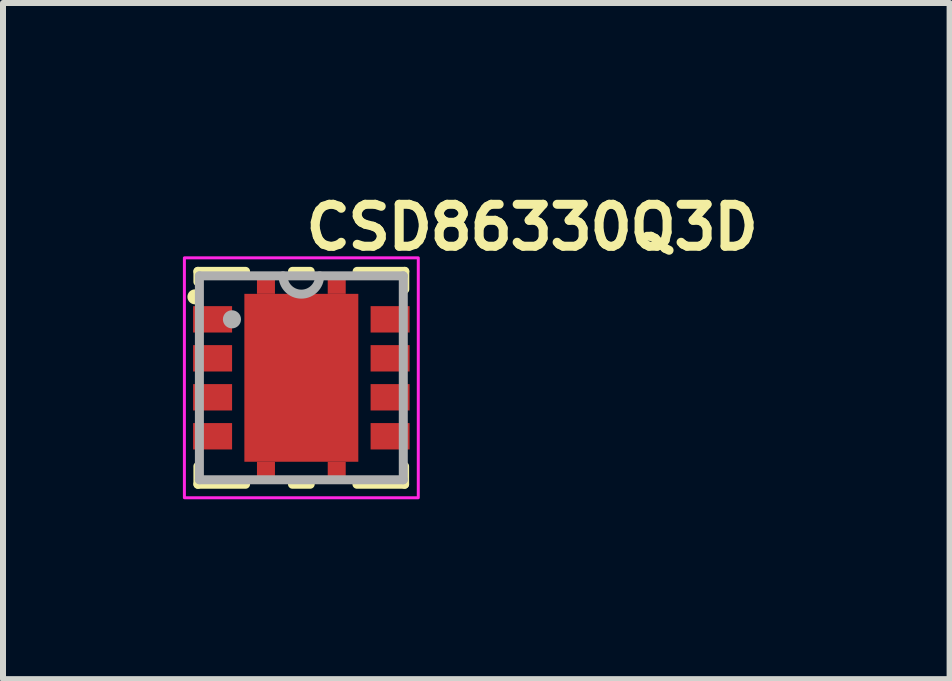
<source format=kicad_pcb>
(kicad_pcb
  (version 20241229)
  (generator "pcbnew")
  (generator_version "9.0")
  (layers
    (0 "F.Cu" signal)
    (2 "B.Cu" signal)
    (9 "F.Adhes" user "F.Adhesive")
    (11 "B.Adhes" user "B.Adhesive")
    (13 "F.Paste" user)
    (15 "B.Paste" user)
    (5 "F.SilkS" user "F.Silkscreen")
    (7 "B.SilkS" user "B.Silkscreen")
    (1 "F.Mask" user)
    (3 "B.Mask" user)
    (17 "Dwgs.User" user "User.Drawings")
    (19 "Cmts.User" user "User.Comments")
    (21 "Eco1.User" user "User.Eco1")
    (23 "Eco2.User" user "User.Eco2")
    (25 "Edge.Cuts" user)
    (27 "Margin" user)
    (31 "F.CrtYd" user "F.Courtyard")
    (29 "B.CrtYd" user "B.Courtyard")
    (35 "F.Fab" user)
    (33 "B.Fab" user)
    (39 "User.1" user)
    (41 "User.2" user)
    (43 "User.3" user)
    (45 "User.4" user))
  (footprint "CSD86330Q3D"
    (layer "F.Cu")
    (at 1.975 3.25)
    (property "Reference" "CSD86330Q3D" (at 0 -2.1 0) (layer "F.SilkS") (effects (font (size 0.7 0.7) (thickness 0.15)) (justify left bottom)))
    (attr smd)
    (fp_line (start -1.725 -1.775) (end -1.725 -1.6) (stroke (width 0.15) (type solid)) (layer "F.SilkS"))
    (fp_line (start -1.725 1.475) (end -1.725 1.775) (stroke (width 0.15) (type solid)) (layer "F.SilkS"))
    (fp_line (start -1.725 1.775) (end -0.93 1.775) (stroke (width 0.15) (type solid)) (layer "F.SilkS"))
    (fp_line (start -0.93 -1.775) (end -1.725 -1.775) (stroke (width 0.15) (type solid)) (layer "F.SilkS"))
    (fp_line (start -0.148 1.775) (end 0.148 1.775) (stroke (width 0.15) (type solid)) (layer "F.SilkS"))
    (fp_line (start 0.148 -1.775) (end -0.148 -1.775) (stroke (width 0.15) (type solid)) (layer "F.SilkS"))
    (fp_line (start 0.927 1.775) (end 1.722 1.775) (stroke (width 0.15) (type solid)) (layer "F.SilkS"))
    (fp_line (start 1.722 1.775) (end 1.722 1.475) (stroke (width 0.15) (type solid)) (layer "F.SilkS"))
    (fp_line (start 1.725 -1.775) (end 0.93 -1.775) (stroke (width 0.15) (type solid)) (layer "F.SilkS"))
    (fp_line (start 1.725 -1.475) (end 1.725 -1.775) (stroke (width 0.15) (type solid)) (layer "F.SilkS"))
    (fp_circle (center -1.775 -1.35) (end -1.725 -1.35) (stroke (width 0.15) (type solid)) (fill yes) (layer "F.SilkS"))
    (fp_rect (start -0.8 -1.25) (end -0.15 -0.6) (stroke (width 0.12) (type solid)) (fill yes) (layer "F.Paste"))
    (fp_rect (start -0.8 -0.3) (end -0.15 0.3) (stroke (width 0.12) (type solid)) (fill yes) (layer "F.Paste"))
    (fp_rect (start -0.8 0.6) (end -0.15 1.25) (stroke (width 0.12) (type solid)) (fill yes) (layer "F.Paste"))
    (fp_rect (start 0.15 -1.25) (end 0.8 -0.6) (stroke (width 0.12) (type solid)) (fill yes) (layer "F.Paste"))
    (fp_rect (start 0.15 -0.3) (end 0.8 0.3) (stroke (width 0.12) (type solid)) (fill yes) (layer "F.Paste"))
    (fp_rect (start 0.15 0.6) (end 0.8 1.25) (stroke (width 0.12) (type solid)) (fill yes) (layer "F.Paste"))
    (fp_rect (start -1.95 -2) (end 1.95 2) (stroke (width 0.05) (type solid)) (fill no) (layer "F.CrtYd"))
    (fp_line (start -1.7 -1.7) (end -1.7 1.7) (stroke (width 0.15) (type solid)) (layer "F.Fab"))
    (fp_line (start -1.7 1.7) (end 1.7 1.7) (stroke (width 0.15) (type solid)) (layer "F.Fab"))
    (fp_line (start 1.7 -1.7) (end -1.7 -1.7) (stroke (width 0.15) (type solid)) (layer "F.Fab"))
    (fp_line (start 1.7 1.7) (end 1.7 -1.7) (stroke (width 0.15) (type solid)) (layer "F.Fab"))
    (fp_arc (start 0.305 -1.7) (mid 0 -1.395) (end -0.305 -1.7) (stroke (width 0.15) (type solid)) (layer "F.Fab"))
    (fp_circle (center -1.157 -0.975) (end -1.081 -0.975) (stroke (width 0.15) (type solid)) (fill no) (layer "F.Fab"))
    (fp_rect (start -1.7 -1.725) (end 1.7 1.725) (stroke (width 0.1) (type solid)) (fill no) (layer "User.5"))
    (fp_line (start -1.7 -0.755) (end -1.7 -1.195) (stroke (width 0.02) (type solid)) (layer "User.9"))
    (fp_line (start -1.7 -0.755) (end -1.649 -0.755) (stroke (width 0.02) (type solid)) (layer "User.9"))
    (fp_line (start -1.7 -0.105) (end -1.7 -0.545) (stroke (width 0.02) (type solid)) (layer "User.9"))
    (fp_line (start -1.7 -0.105) (end -1.649 -0.105) (stroke (width 0.02) (type solid)) (layer "User.9"))
    (fp_line (start -1.7 0.545) (end -1.7 0.105) (stroke (width 0.02) (type solid)) (layer "User.9"))
    (fp_line (start -1.7 0.545) (end -1.649 0.545) (stroke (width 0.02) (type solid)) (layer "User.9"))
    (fp_line (start -1.7 1.195) (end -1.7 0.755) (stroke (width 0.02) (type solid)) (layer "User.9"))
    (fp_line (start -1.7 1.195) (end -1.649 1.195) (stroke (width 0.02) (type solid)) (layer "User.9"))
    (fp_line (start -1.649 -1.7) (end -1.649 1.7) (stroke (width 0.02) (type solid)) (layer "User.9"))
    (fp_line (start -1.649 -1.195) (end -1.7 -1.195) (stroke (width 0.02) (type solid)) (layer "User.9"))
    (fp_line (start -1.649 -0.545) (end -1.7 -0.545) (stroke (width 0.02) (type solid)) (layer "User.9"))
    (fp_line (start -1.649 0.105) (end -1.7 0.105) (stroke (width 0.02) (type solid)) (layer "User.9"))
    (fp_line (start -1.649 0.755) (end -1.7 0.755) (stroke (width 0.02) (type solid)) (layer "User.9"))
    (fp_line (start -1.649 1.7) (end 1.649 1.7) (stroke (width 0.02) (type solid)) (layer "User.9"))
    (fp_line (start -0.715 -1.725) (end -0.715 -1.7) (stroke (width 0.02) (type solid)) (layer "User.9"))
    (fp_line (start -0.715 1.7) (end -0.715 1.725) (stroke (width 0.02) (type solid)) (layer "User.9"))
    (fp_line (start -0.715 1.725) (end -0.465 1.725) (stroke (width 0.02) (type solid)) (layer "User.9"))
    (fp_line (start -0.465 -1.725) (end -0.715 -1.725) (stroke (width 0.02) (type solid)) (layer "User.9"))
    (fp_line (start -0.465 -1.7) (end -0.465 -1.725) (stroke (width 0.02) (type solid)) (layer "User.9"))
    (fp_line (start -0.465 1.725) (end -0.465 1.7) (stroke (width 0.02) (type solid)) (layer "User.9"))
    (fp_line (start 0.465 -1.725) (end 0.465 -1.7) (stroke (width 0.02) (type solid)) (layer "User.9"))
    (fp_line (start 0.465 1.7) (end 0.465 1.725) (stroke (width 0.02) (type solid)) (layer "User.9"))
    (fp_line (start 0.465 1.725) (end 0.715 1.725) (stroke (width 0.02) (type solid)) (layer "User.9"))
    (fp_line (start 0.715 -1.725) (end 0.465 -1.725) (stroke (width 0.02) (type solid)) (layer "User.9"))
    (fp_line (start 0.715 -1.7) (end 0.715 -1.725) (stroke (width 0.02) (type solid)) (layer "User.9"))
    (fp_line (start 0.715 1.725) (end 0.715 1.7) (stroke (width 0.02) (type solid)) (layer "User.9"))
    (fp_line (start 1.649 -1.7) (end -1.649 -1.7) (stroke (width 0.02) (type solid)) (layer "User.9"))
    (fp_line (start 1.649 -0.755) (end 1.7 -0.755) (stroke (width 0.02) (type solid)) (layer "User.9"))
    (fp_line (start 1.649 -0.105) (end 1.7 -0.105) (stroke (width 0.02) (type solid)) (layer "User.9"))
    (fp_line (start 1.649 0.545) (end 1.7 0.545) (stroke (width 0.02) (type solid)) (layer "User.9"))
    (fp_line (start 1.649 1.195) (end 1.7 1.195) (stroke (width 0.02) (type solid)) (layer "User.9"))
    (fp_line (start 1.649 1.7) (end 1.649 -1.7) (stroke (width 0.02) (type solid)) (layer "User.9"))
    (fp_line (start 1.7 -1.195) (end 1.649 -1.195) (stroke (width 0.02) (type solid)) (layer "User.9"))
    (fp_line (start 1.7 -1.195) (end 1.7 -0.755) (stroke (width 0.02) (type solid)) (layer "User.9"))
    (fp_line (start 1.7 -0.545) (end 1.649 -0.545) (stroke (width 0.02) (type solid)) (layer "User.9"))
    (fp_line (start 1.7 -0.545) (end 1.7 -0.105) (stroke (width 0.02) (type solid)) (layer "User.9"))
    (fp_line (start 1.7 0.105) (end 1.649 0.105) (stroke (width 0.02) (type solid)) (layer "User.9"))
    (fp_line (start 1.7 0.105) (end 1.7 0.545) (stroke (width 0.02) (type solid)) (layer "User.9"))
    (fp_line (start 1.7 0.755) (end 1.649 0.755) (stroke (width 0.02) (type solid)) (layer "User.9"))
    (fp_line (start 1.7 0.755) (end 1.7 1.195) (stroke (width 0.02) (type solid)) (layer "User.9"))
    (fp_circle (center -1.319 -0.973) (end -1.304 -1.056) (stroke (width 0.02) (type default)) (fill no) (layer "User.9"))
    (pad "1" smd rect (at -1.48 -0.975) (size 0.65 0.44) (layers "F.Cu" "F.Mask" "F.Paste"))
    (pad "2" smd rect (at -1.48 -0.325) (size 0.65 0.44) (layers "F.Cu" "F.Mask" "F.Paste"))
    (pad "3" smd rect (at -1.48 0.325) (size 0.65 0.44) (layers "F.Cu" "F.Mask" "F.Paste"))
    (pad "4" smd rect (at -1.48 0.975) (size 0.65 0.44) (layers "F.Cu" "F.Mask" "F.Paste"))
    (pad "5" smd rect (at 1.48 0.975) (size 0.65 0.44) (layers "F.Cu" "F.Mask" "F.Paste"))
    (pad "6" smd rect (at 1.48 0.325) (size 0.65 0.44) (layers "F.Cu" "F.Mask" "F.Paste"))
    (pad "7" smd rect (at 1.48 -0.325) (size 0.65 0.44) (layers "F.Cu" "F.Mask" "F.Paste"))
    (pad "8" smd rect (at 1.48 -0.975) (size 0.65 0.44) (layers "F.Cu" "F.Mask" "F.Paste"))
    (pad "9" smd rect (at -0.59 -1.575 180) (size 0.3 0.35) (layers "F.Cu" "F.Mask" "F.Paste"))
    (pad "9" smd rect (at -0.59 1.575 180) (size 0.3 0.35) (layers "F.Cu" "F.Mask" "F.Paste"))
    (pad "9" smd rect (at 0 0) (size 1.9 2.8) (layers "F.Cu" "F.Mask"))
    (pad "9" smd rect (at 0.59 -1.575 180) (size 0.3 0.35) (layers "F.Cu" "F.Mask" "F.Paste"))
    (pad "9" smd rect (at 0.59 1.575 180) (size 0.3 0.35) (layers "F.Cu" "F.Mask" "F.Paste")))
  (gr_rect
    (start -3 -3)
    (end 12.785 8.275)
    (stroke (width 0.1) (type default))
    (fill no)
    (layer "Edge.Cuts")))
</source>
